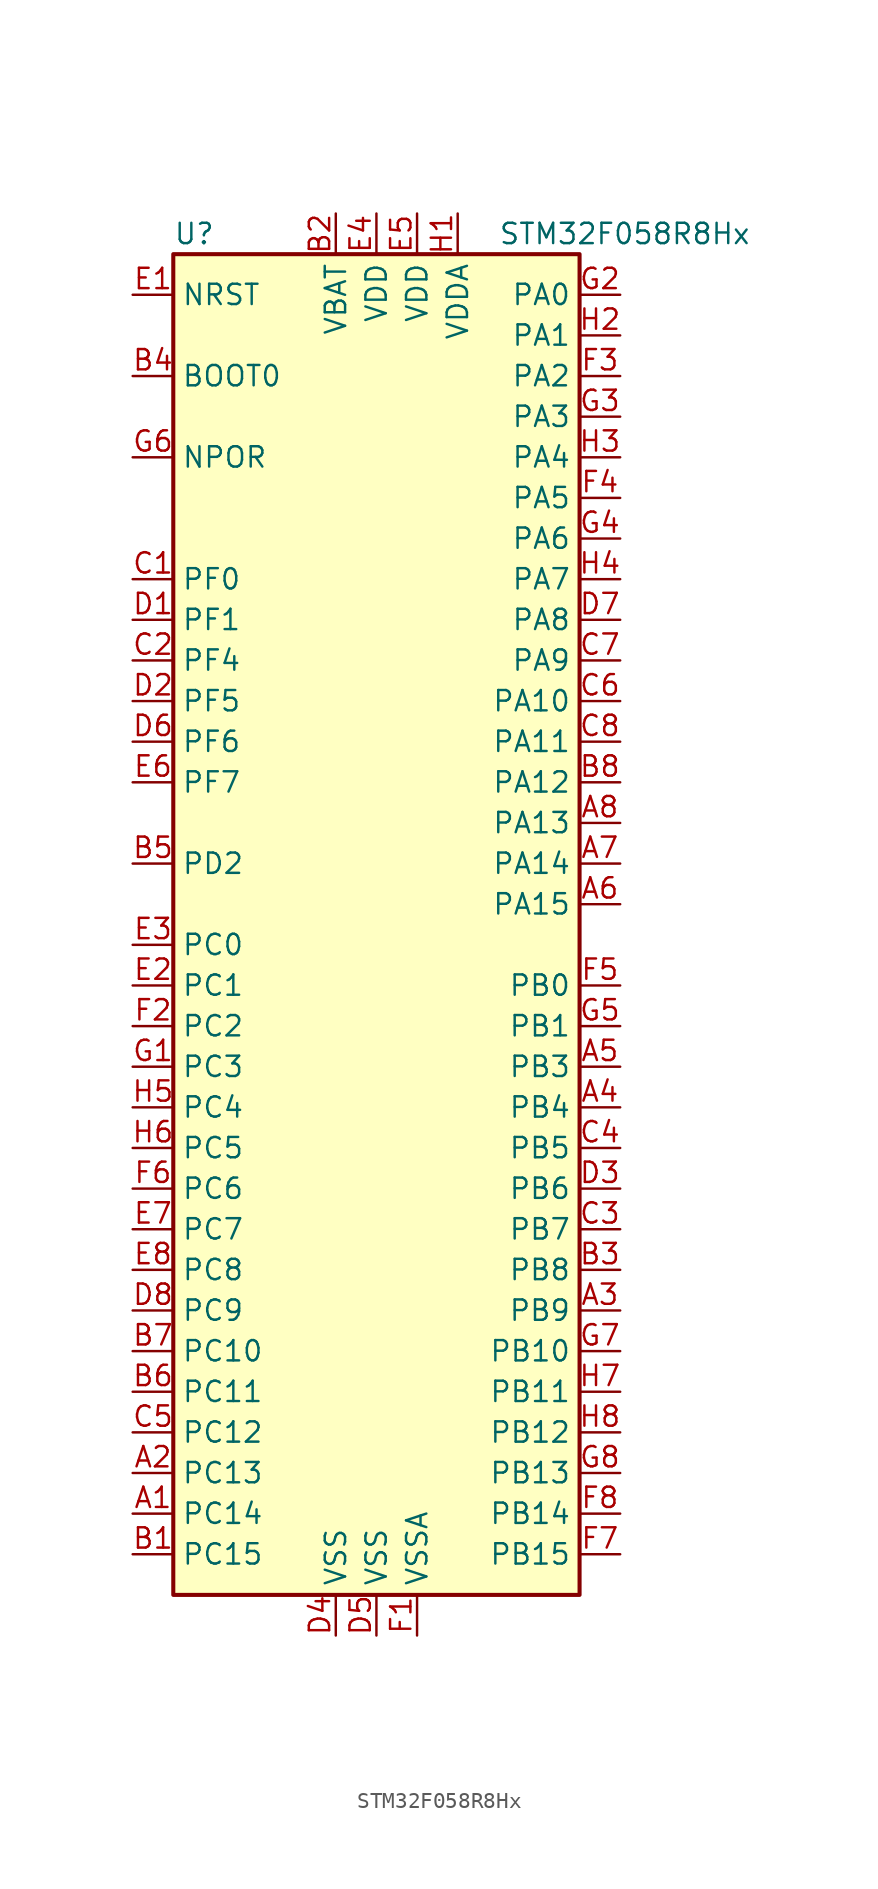
<source format=kicad_sym>
(kicad_symbol_lib
  (version 20201005)
  (generator kicad_symbol_editor)
  (symbol "STM32F058R8Hx"
    (property "Reference" "U"
      (at -12.7 41.91 0)
      (effects (font (size 1.27 1.27)) (justify left)))
    (property "Value" "STM32F058R8Hx"
      (at 7.62 41.91 0)
      (effects (font (size 1.27 1.27)) (justify left)))
    (symbol "STM32F058R8Hx_0_1"
      (rectangle (start -12.7 -43.18) (end 12.7 40.64) (stroke (width 0.254)) (fill (type background))))
    (symbol "STM32F058R8Hx_1_1"
      (pin bidirectional line (at -15.24 -38.1 0) (length 2.54) (name "PC14" (effects (font (size 1.27 1.27)))) (number "A1" (effects (font (size 1.27 1.27)))))
      (pin bidirectional line (at -15.24 -35.56 0) (length 2.54) (name "PC13" (effects (font (size 1.27 1.27)))) (number "A2" (effects (font (size 1.27 1.27)))))
      (pin bidirectional line (at 15.24 -25.4 180) (length 2.54) (name "PB9" (effects (font (size 1.27 1.27)))) (number "A3" (effects (font (size 1.27 1.27)))))
      (pin bidirectional line (at 15.24 -12.7 180) (length 2.54) (name "PB4" (effects (font (size 1.27 1.27)))) (number "A4" (effects (font (size 1.27 1.27)))))
      (pin bidirectional line (at 15.24 -10.16 180) (length 2.54) (name "PB3" (effects (font (size 1.27 1.27)))) (number "A5" (effects (font (size 1.27 1.27)))))
      (pin bidirectional line (at 15.24 0 180) (length 2.54) (name "PA15" (effects (font (size 1.27 1.27)))) (number "A6" (effects (font (size 1.27 1.27)))))
      (pin bidirectional line (at 15.24 2.54 180) (length 2.54) (name "PA14" (effects (font (size 1.27 1.27)))) (number "A7" (effects (font (size 1.27 1.27)))))
      (pin bidirectional line (at 15.24 5.08 180) (length 2.54) (name "PA13" (effects (font (size 1.27 1.27)))) (number "A8" (effects (font (size 1.27 1.27)))))
      (pin bidirectional line (at -15.24 -40.64 0) (length 2.54) (name "PC15" (effects (font (size 1.27 1.27)))) (number "B1" (effects (font (size 1.27 1.27)))))
      (pin power_in line (at -2.54 43.18 270) (length 2.54) (name "VBAT" (effects (font (size 1.27 1.27)))) (number "B2" (effects (font (size 1.27 1.27)))))
      (pin bidirectional line (at 15.24 -22.86 180) (length 2.54) (name "PB8" (effects (font (size 1.27 1.27)))) (number "B3" (effects (font (size 1.27 1.27)))))
      (pin input line (at -15.24 33.02 0) (length 2.54) (name "BOOT0" (effects (font (size 1.27 1.27)))) (number "B4" (effects (font (size 1.27 1.27)))))
      (pin bidirectional line (at -15.24 2.54 0) (length 2.54) (name "PD2" (effects (font (size 1.27 1.27)))) (number "B5" (effects (font (size 1.27 1.27)))))
      (pin bidirectional line (at -15.24 -30.48 0) (length 2.54) (name "PC11" (effects (font (size 1.27 1.27)))) (number "B6" (effects (font (size 1.27 1.27)))))
      (pin bidirectional line (at -15.24 -27.94 0) (length 2.54) (name "PC10" (effects (font (size 1.27 1.27)))) (number "B7" (effects (font (size 1.27 1.27)))))
      (pin bidirectional line (at 15.24 7.62 180) (length 2.54) (name "PA12" (effects (font (size 1.27 1.27)))) (number "B8" (effects (font (size 1.27 1.27)))))
      (pin input line (at -15.24 20.32 0) (length 2.54) (name "PF0" (effects (font (size 1.27 1.27)))) (number "C1" (effects (font (size 1.27 1.27)))))
      (pin bidirectional line (at -15.24 15.24 0) (length 2.54) (name "PF4" (effects (font (size 1.27 1.27)))) (number "C2" (effects (font (size 1.27 1.27)))))
      (pin bidirectional line (at 15.24 -20.32 180) (length 2.54) (name "PB7" (effects (font (size 1.27 1.27)))) (number "C3" (effects (font (size 1.27 1.27)))))
      (pin bidirectional line (at 15.24 -15.24 180) (length 2.54) (name "PB5" (effects (font (size 1.27 1.27)))) (number "C4" (effects (font (size 1.27 1.27)))))
      (pin bidirectional line (at -15.24 -33.02 0) (length 2.54) (name "PC12" (effects (font (size 1.27 1.27)))) (number "C5" (effects (font (size 1.27 1.27)))))
      (pin bidirectional line (at 15.24 12.7 180) (length 2.54) (name "PA10" (effects (font (size 1.27 1.27)))) (number "C6" (effects (font (size 1.27 1.27)))))
      (pin bidirectional line (at 15.24 15.24 180) (length 2.54) (name "PA9" (effects (font (size 1.27 1.27)))) (number "C7" (effects (font (size 1.27 1.27)))))
      (pin bidirectional line (at 15.24 10.16 180) (length 2.54) (name "PA11" (effects (font (size 1.27 1.27)))) (number "C8" (effects (font (size 1.27 1.27)))))
      (pin input line (at -15.24 17.78 0) (length 2.54) (name "PF1" (effects (font (size 1.27 1.27)))) (number "D1" (effects (font (size 1.27 1.27)))))
      (pin bidirectional line (at -15.24 12.7 0) (length 2.54) (name "PF5" (effects (font (size 1.27 1.27)))) (number "D2" (effects (font (size 1.27 1.27)))))
      (pin bidirectional line (at 15.24 -17.78 180) (length 2.54) (name "PB6" (effects (font (size 1.27 1.27)))) (number "D3" (effects (font (size 1.27 1.27)))))
      (pin power_in line (at -2.54 -45.72 90) (length 2.54) (name "VSS" (effects (font (size 1.27 1.27)))) (number "D4" (effects (font (size 1.27 1.27)))))
      (pin power_in line (at 0 -45.72 90) (length 2.54) (name "VSS" (effects (font (size 1.27 1.27)))) (number "D5" (effects (font (size 1.27 1.27)))))
      (pin bidirectional line (at -15.24 10.16 0) (length 2.54) (name "PF6" (effects (font (size 1.27 1.27)))) (number "D6" (effects (font (size 1.27 1.27)))))
      (pin bidirectional line (at 15.24 17.78 180) (length 2.54) (name "PA8" (effects (font (size 1.27 1.27)))) (number "D7" (effects (font (size 1.27 1.27)))))
      (pin bidirectional line (at -15.24 -25.4 0) (length 2.54) (name "PC9" (effects (font (size 1.27 1.27)))) (number "D8" (effects (font (size 1.27 1.27)))))
      (pin input line (at -15.24 38.1 0) (length 2.54) (name "NRST" (effects (font (size 1.27 1.27)))) (number "E1" (effects (font (size 1.27 1.27)))))
      (pin bidirectional line (at -15.24 -5.08 0) (length 2.54) (name "PC1" (effects (font (size 1.27 1.27)))) (number "E2" (effects (font (size 1.27 1.27)))))
      (pin bidirectional line (at -15.24 -2.54 0) (length 2.54) (name "PC0" (effects (font (size 1.27 1.27)))) (number "E3" (effects (font (size 1.27 1.27)))))
      (pin power_in line (at 0 43.18 270) (length 2.54) (name "VDD" (effects (font (size 1.27 1.27)))) (number "E4" (effects (font (size 1.27 1.27)))))
      (pin power_in line (at 2.54 43.18 270) (length 2.54) (name "VDD" (effects (font (size 1.27 1.27)))) (number "E5" (effects (font (size 1.27 1.27)))))
      (pin bidirectional line (at -15.24 7.62 0) (length 2.54) (name "PF7" (effects (font (size 1.27 1.27)))) (number "E6" (effects (font (size 1.27 1.27)))))
      (pin bidirectional line (at -15.24 -20.32 0) (length 2.54) (name "PC7" (effects (font (size 1.27 1.27)))) (number "E7" (effects (font (size 1.27 1.27)))))
      (pin bidirectional line (at -15.24 -22.86 0) (length 2.54) (name "PC8" (effects (font (size 1.27 1.27)))) (number "E8" (effects (font (size 1.27 1.27)))))
      (pin power_in line (at 2.54 -45.72 90) (length 2.54) (name "VSSA" (effects (font (size 1.27 1.27)))) (number "F1" (effects (font (size 1.27 1.27)))))
      (pin bidirectional line (at -15.24 -7.62 0) (length 2.54) (name "PC2" (effects (font (size 1.27 1.27)))) (number "F2" (effects (font (size 1.27 1.27)))))
      (pin bidirectional line (at 15.24 33.02 180) (length 2.54) (name "PA2" (effects (font (size 1.27 1.27)))) (number "F3" (effects (font (size 1.27 1.27)))))
      (pin bidirectional line (at 15.24 25.4 180) (length 2.54) (name "PA5" (effects (font (size 1.27 1.27)))) (number "F4" (effects (font (size 1.27 1.27)))))
      (pin bidirectional line (at 15.24 -5.08 180) (length 2.54) (name "PB0" (effects (font (size 1.27 1.27)))) (number "F5" (effects (font (size 1.27 1.27)))))
      (pin bidirectional line (at -15.24 -17.78 0) (length 2.54) (name "PC6" (effects (font (size 1.27 1.27)))) (number "F6" (effects (font (size 1.27 1.27)))))
      (pin bidirectional line (at 15.24 -40.64 180) (length 2.54) (name "PB15" (effects (font (size 1.27 1.27)))) (number "F7" (effects (font (size 1.27 1.27)))))
      (pin bidirectional line (at 15.24 -38.1 180) (length 2.54) (name "PB14" (effects (font (size 1.27 1.27)))) (number "F8" (effects (font (size 1.27 1.27)))))
      (pin bidirectional line (at -15.24 -10.16 0) (length 2.54) (name "PC3" (effects (font (size 1.27 1.27)))) (number "G1" (effects (font (size 1.27 1.27)))))
      (pin bidirectional line (at 15.24 38.1 180) (length 2.54) (name "PA0" (effects (font (size 1.27 1.27)))) (number "G2" (effects (font (size 1.27 1.27)))))
      (pin bidirectional line (at 15.24 30.48 180) (length 2.54) (name "PA3" (effects (font (size 1.27 1.27)))) (number "G3" (effects (font (size 1.27 1.27)))))
      (pin bidirectional line (at 15.24 22.86 180) (length 2.54) (name "PA6" (effects (font (size 1.27 1.27)))) (number "G4" (effects (font (size 1.27 1.27)))))
      (pin bidirectional line (at 15.24 -7.62 180) (length 2.54) (name "PB1" (effects (font (size 1.27 1.27)))) (number "G5" (effects (font (size 1.27 1.27)))))
      (pin power_in line (at -15.24 27.94 0) (length 2.54) (name "NPOR" (effects (font (size 1.27 1.27)))) (number "G6" (effects (font (size 1.27 1.27)))))
      (pin bidirectional line (at 15.24 -27.94 180) (length 2.54) (name "PB10" (effects (font (size 1.27 1.27)))) (number "G7" (effects (font (size 1.27 1.27)))))
      (pin bidirectional line (at 15.24 -35.56 180) (length 2.54) (name "PB13" (effects (font (size 1.27 1.27)))) (number "G8" (effects (font (size 1.27 1.27)))))
      (pin power_in line (at 5.08 43.18 270) (length 2.54) (name "VDDA" (effects (font (size 1.27 1.27)))) (number "H1" (effects (font (size 1.27 1.27)))))
      (pin bidirectional line (at 15.24 35.56 180) (length 2.54) (name "PA1" (effects (font (size 1.27 1.27)))) (number "H2" (effects (font (size 1.27 1.27)))))
      (pin bidirectional line (at 15.24 27.94 180) (length 2.54) (name "PA4" (effects (font (size 1.27 1.27)))) (number "H3" (effects (font (size 1.27 1.27)))))
      (pin bidirectional line (at 15.24 20.32 180) (length 2.54) (name "PA7" (effects (font (size 1.27 1.27)))) (number "H4" (effects (font (size 1.27 1.27)))))
      (pin bidirectional line (at -15.24 -12.7 0) (length 2.54) (name "PC4" (effects (font (size 1.27 1.27)))) (number "H5" (effects (font (size 1.27 1.27)))))
      (pin bidirectional line (at -15.24 -15.24 0) (length 2.54) (name "PC5" (effects (font (size 1.27 1.27)))) (number "H6" (effects (font (size 1.27 1.27)))))
      (pin bidirectional line (at 15.24 -30.48 180) (length 2.54) (name "PB11" (effects (font (size 1.27 1.27)))) (number "H7" (effects (font (size 1.27 1.27)))))
      (pin bidirectional line (at 15.24 -33.02 180) (length 2.54) (name "PB12" (effects (font (size 1.27 1.27)))) (number "H8" (effects (font (size 1.27 1.27))))))))
</source>
